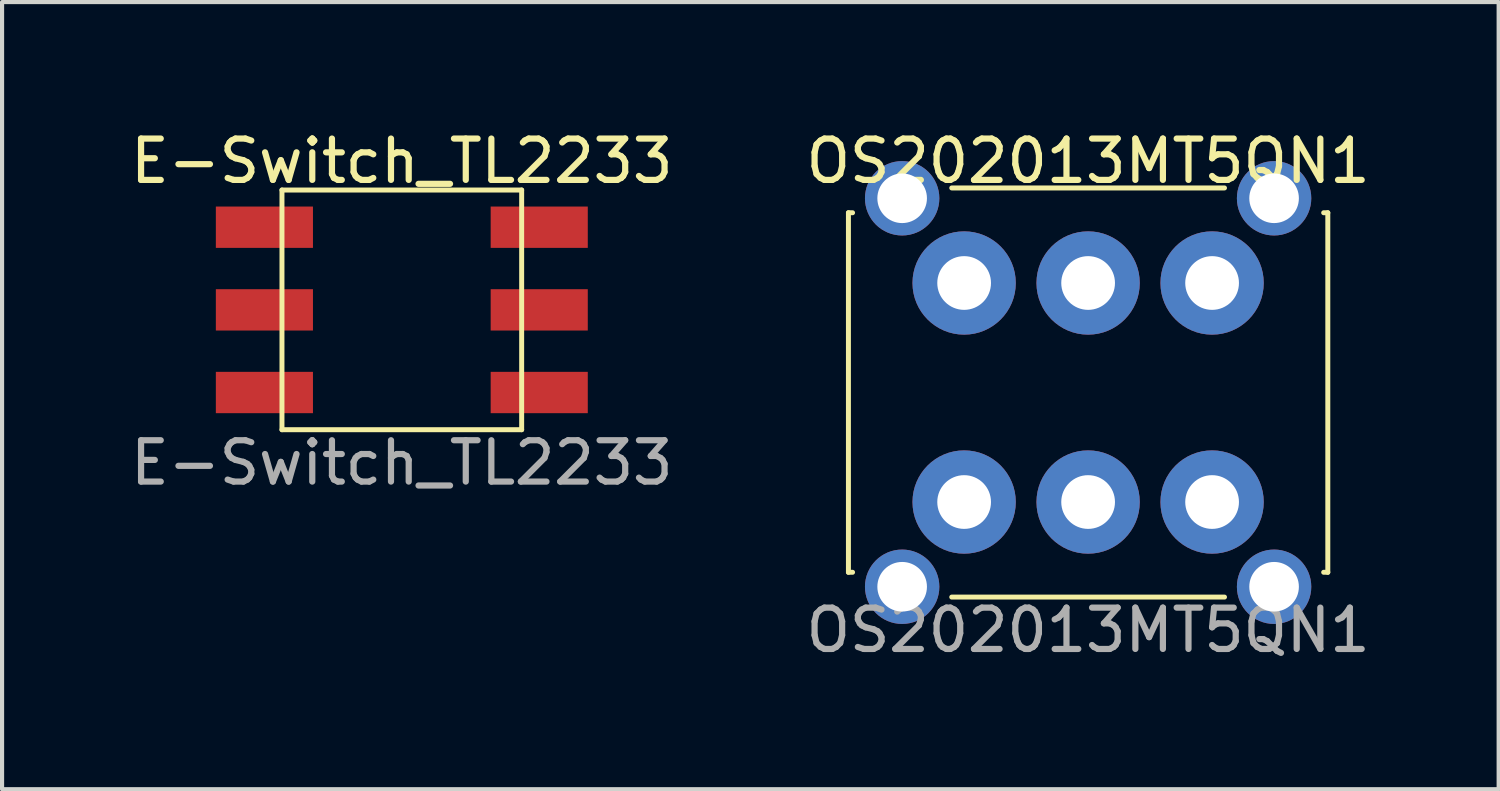
<source format=kicad_pcb>
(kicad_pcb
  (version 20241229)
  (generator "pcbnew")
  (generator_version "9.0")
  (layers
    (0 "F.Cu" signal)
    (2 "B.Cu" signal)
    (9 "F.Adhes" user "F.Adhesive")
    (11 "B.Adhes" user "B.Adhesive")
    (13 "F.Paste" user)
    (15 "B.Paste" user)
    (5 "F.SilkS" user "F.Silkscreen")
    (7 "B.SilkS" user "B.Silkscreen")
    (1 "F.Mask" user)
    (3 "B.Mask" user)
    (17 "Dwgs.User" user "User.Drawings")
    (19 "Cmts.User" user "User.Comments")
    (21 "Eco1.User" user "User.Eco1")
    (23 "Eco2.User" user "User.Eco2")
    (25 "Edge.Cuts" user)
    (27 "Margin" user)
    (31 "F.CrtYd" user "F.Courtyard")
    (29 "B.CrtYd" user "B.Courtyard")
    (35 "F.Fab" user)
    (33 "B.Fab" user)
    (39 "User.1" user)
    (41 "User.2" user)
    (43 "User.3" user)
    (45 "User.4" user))
  (footprint "OS202013MT5QN1"
    (layer "F.Cu")
    (at 23.28 6.448)
    (property "Reference" "OS202013MT5QN1" (at 0 -5.6 0) (unlocked yes) (layer "F.SilkS") (effects (font (size 1 1) (thickness 0.15))))
    (attr through_hole)
    (fp_line (start -5.8 -4.35) (end -5.8 4.35) (stroke (width 0.12) (type solid)) (layer "F.SilkS"))
    (fp_line (start -5.8 4.35) (end -5.7 4.35) (stroke (width 0.12) (type solid)) (layer "F.SilkS"))
    (fp_line (start -5.7 -4.35) (end -5.8 -4.35) (stroke (width 0.12) (type solid)) (layer "F.SilkS"))
    (fp_line (start -3.3 4.95) (end 3.3 4.95) (stroke (width 0.12) (type solid)) (layer "F.SilkS"))
    (fp_line (start 3.3 -4.95) (end -3.3 -4.95) (stroke (width 0.12) (type solid)) (layer "F.SilkS"))
    (fp_line (start 5.7 4.35) (end 5.8 4.35) (stroke (width 0.12) (type solid)) (layer "F.SilkS"))
    (fp_line (start 5.8 -4.35) (end 5.7 -4.35) (stroke (width 0.12) (type solid)) (layer "F.SilkS"))
    (fp_line (start 5.8 -4.35) (end 5.8 4.35) (stroke (width 0.12) (type solid)) (layer "F.SilkS"))
    (fp_text user "${REFERENCE}" (at 0 5.75 0) (unlocked yes) (layer "F.Fab") (effects (font (size 1 1) (thickness 0.15))))
    (pad "" thru_hole circle (at -4.5 -4.7) (size 1.8 1.8) (drill 1.2) (layers "*.Cu" "*.Mask"))
    (pad "" thru_hole circle (at -4.5 4.7) (size 1.8 1.8) (drill 1.2) (layers "*.Cu" "*.Mask"))
    (pad "" thru_hole circle (at 4.5 -4.7) (size 1.8 1.8) (drill 1.2) (layers "*.Cu" "*.Mask"))
    (pad "" thru_hole circle (at 4.5 4.7) (size 1.8 1.8) (drill 1.2) (layers "*.Cu" "*.Mask"))
    (pad "1" thru_hole circle (at -3 -2.65) (size 2.5 2.5) (drill 1.3) (layers "*.Cu" "*.Mask"))
    (pad "2" thru_hole circle (at 0 -2.65) (size 2.5 2.5) (drill 1.3) (layers "*.Cu" "*.Mask"))
    (pad "3" thru_hole circle (at 3 -2.65) (size 2.5 2.5) (drill 1.3) (layers "*.Cu" "*.Mask"))
    (pad "4" thru_hole circle (at -3 2.65) (size 2.5 2.5) (drill 1.3) (layers "*.Cu" "*.Mask"))
    (pad "5" thru_hole circle (at 0 2.65) (size 2.5 2.5) (drill 1.3) (layers "*.Cu" "*.Mask"))
    (pad "6" thru_hole circle (at 3 2.65) (size 2.5 2.5) (drill 1.3) (layers "*.Cu" "*.Mask")))
  (footprint "E-Switch_TL2233"
    (layer "F.Cu")
    (at 6.673 4.448)
    (property "Reference" "E-Switch_TL2233" (at 0 -3.6 0) (unlocked yes) (layer "F.SilkS") (effects (font (size 1 1) (thickness 0.15))))
    (attr smd)
    (fp_line (start -2.9 -2.9) (end -2.9 2.9) (stroke (width 0.12) (type solid)) (layer "F.SilkS"))
    (fp_line (start -2.9 2.9) (end 2.9 2.9) (stroke (width 0.12) (type solid)) (layer "F.SilkS"))
    (fp_line (start 2.9 -2.9) (end -2.9 -2.9) (stroke (width 0.12) (type solid)) (layer "F.SilkS"))
    (fp_line (start 2.9 -2.9) (end 2.9 2.9) (stroke (width 0.12) (type solid)) (layer "F.SilkS"))
    (fp_text user "${REFERENCE}" (at 0 3.7 0) (unlocked yes) (layer "F.Fab") (effects (font (size 1 1) (thickness 0.15))))
    (pad "1" smd rect (at -3.325 -2) (size 2.35 1) (layers "F.Cu" "F.Mask" "F.Paste"))
    (pad "2" smd rect (at -3.325 0) (size 2.35 1) (layers "F.Cu" "F.Mask" "F.Paste"))
    (pad "3" smd rect (at -3.325 2) (size 2.35 1) (layers "F.Cu" "F.Mask" "F.Paste"))
    (pad "4" smd rect (at 3.325 -2) (size 2.35 1) (layers "F.Cu" "F.Mask" "F.Paste"))
    (pad "5" smd rect (at 3.325 0) (size 2.35 1) (layers "F.Cu" "F.Mask" "F.Paste"))
    (pad "6" smd rect (at 3.325 2) (size 2.35 1) (layers "F.Cu" "F.Mask" "F.Paste")))
  (gr_rect
    (start -3 -3)
    (end 33.214 16.047)
    (stroke (width 0.1) (type default))
    (fill no)
    (layer "Edge.Cuts")))
</source>
